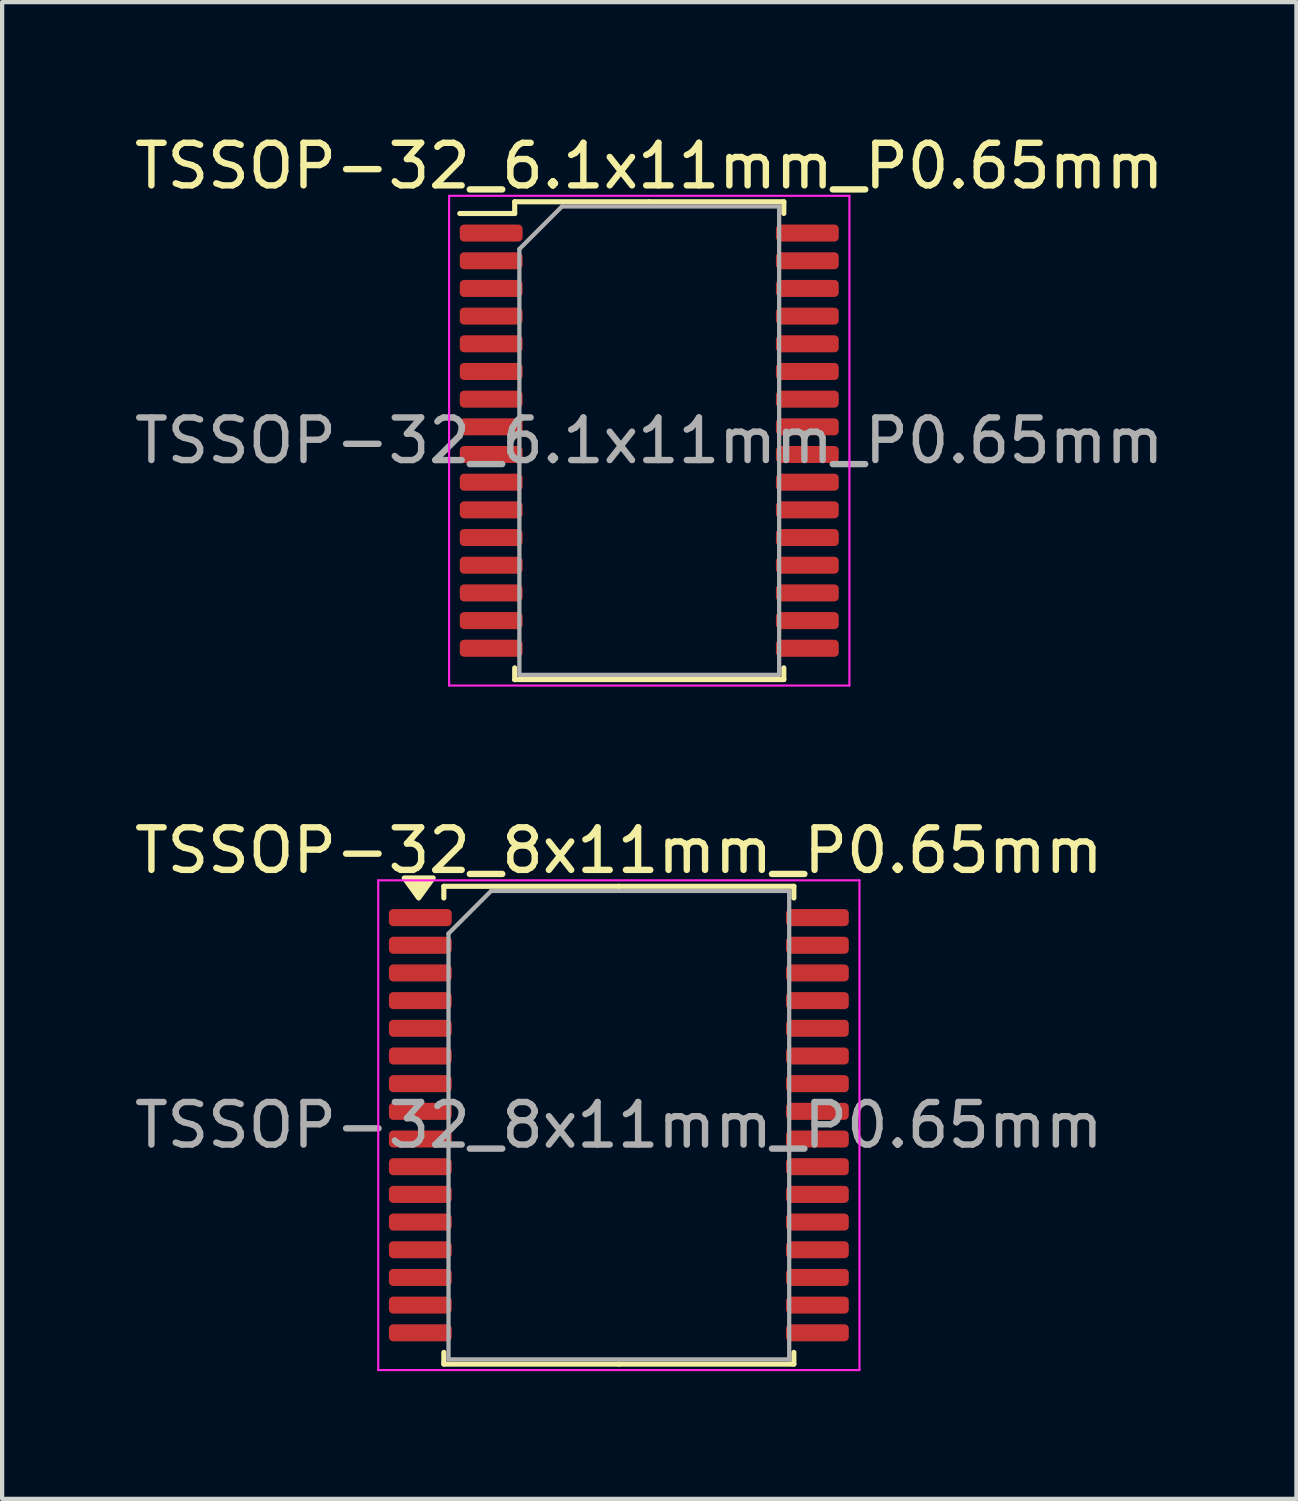
<source format=kicad_pcb>
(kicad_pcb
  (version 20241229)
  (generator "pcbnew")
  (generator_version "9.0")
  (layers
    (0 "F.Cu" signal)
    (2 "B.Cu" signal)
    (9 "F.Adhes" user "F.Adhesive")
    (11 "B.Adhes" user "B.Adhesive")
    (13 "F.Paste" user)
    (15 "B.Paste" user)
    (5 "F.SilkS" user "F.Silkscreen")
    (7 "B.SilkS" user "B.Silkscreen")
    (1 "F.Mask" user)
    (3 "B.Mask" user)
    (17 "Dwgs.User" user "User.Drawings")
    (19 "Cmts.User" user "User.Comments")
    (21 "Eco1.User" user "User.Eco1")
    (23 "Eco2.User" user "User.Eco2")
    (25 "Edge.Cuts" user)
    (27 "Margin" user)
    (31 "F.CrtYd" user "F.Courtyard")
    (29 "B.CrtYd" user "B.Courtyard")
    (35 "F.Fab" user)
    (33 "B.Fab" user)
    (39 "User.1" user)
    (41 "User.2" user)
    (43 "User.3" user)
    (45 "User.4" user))
  (footprint "TSSOP-32_6.1x11mm_P0.65mm"
    (layer "F.Cu")
    (at 12.196 7.298)
    (property "Reference" "TSSOP-32_6.1x11mm_P0.65mm" (at 0 -6.45 0) (layer "F.SilkS") (effects (font (size 1 1) (thickness 0.15))))
    (attr smd)
    (fp_line (start -3.16 -5.61) (end -3.16 -5.335) (stroke (width 0.12) (type solid)) (layer "F.SilkS"))
    (fp_line (start -3.16 -5.335) (end -4.45 -5.335) (stroke (width 0.12) (type solid)) (layer "F.SilkS"))
    (fp_line (start -3.16 5.61) (end -3.16 5.335) (stroke (width 0.12) (type solid)) (layer "F.SilkS"))
    (fp_line (start 0 -5.61) (end -3.16 -5.61) (stroke (width 0.12) (type solid)) (layer "F.SilkS"))
    (fp_line (start 0 -5.61) (end 3.16 -5.61) (stroke (width 0.12) (type solid)) (layer "F.SilkS"))
    (fp_line (start 0 5.61) (end -3.16 5.61) (stroke (width 0.12) (type solid)) (layer "F.SilkS"))
    (fp_line (start 0 5.61) (end 3.16 5.61) (stroke (width 0.12) (type solid)) (layer "F.SilkS"))
    (fp_line (start 3.16 -5.61) (end 3.16 -5.335) (stroke (width 0.12) (type solid)) (layer "F.SilkS"))
    (fp_line (start 3.16 5.61) (end 3.16 5.335) (stroke (width 0.12) (type solid)) (layer "F.SilkS"))
    (fp_line (start -4.7 -5.75) (end -4.7 5.75) (stroke (width 0.05) (type solid)) (layer "F.CrtYd"))
    (fp_line (start -4.7 5.75) (end 4.7 5.75) (stroke (width 0.05) (type solid)) (layer "F.CrtYd"))
    (fp_line (start 4.7 -5.75) (end -4.7 -5.75) (stroke (width 0.05) (type solid)) (layer "F.CrtYd"))
    (fp_line (start 4.7 5.75) (end 4.7 -5.75) (stroke (width 0.05) (type solid)) (layer "F.CrtYd"))
    (fp_line (start -3.05 -4.5) (end -2.05 -5.5) (stroke (width 0.1) (type solid)) (layer "F.Fab"))
    (fp_line (start -3.05 5.5) (end -3.05 -4.5) (stroke (width 0.1) (type solid)) (layer "F.Fab"))
    (fp_line (start -2.05 -5.5) (end 3.05 -5.5) (stroke (width 0.1) (type solid)) (layer "F.Fab"))
    (fp_line (start 3.05 -5.5) (end 3.05 5.5) (stroke (width 0.1) (type solid)) (layer "F.Fab"))
    (fp_line (start 3.05 5.5) (end -3.05 5.5) (stroke (width 0.1) (type solid)) (layer "F.Fab"))
    (fp_text user "${REFERENCE}" (at 0 0 0) (layer "F.Fab") (effects (font (size 1 1) (thickness 0.15))))
    (pad "1" smd roundrect (at -3.712 -4.875) (size 1.475 0.4) (layers "F.Cu" "F.Mask" "F.Paste") (roundrect_rratio 0.25))
    (pad "2" smd roundrect (at -3.712 -4.225) (size 1.475 0.4) (layers "F.Cu" "F.Mask" "F.Paste") (roundrect_rratio 0.25))
    (pad "3" smd roundrect (at -3.712 -3.575) (size 1.475 0.4) (layers "F.Cu" "F.Mask" "F.Paste") (roundrect_rratio 0.25))
    (pad "4" smd roundrect (at -3.712 -2.925) (size 1.475 0.4) (layers "F.Cu" "F.Mask" "F.Paste") (roundrect_rratio 0.25))
    (pad "5" smd roundrect (at -3.712 -2.275) (size 1.475 0.4) (layers "F.Cu" "F.Mask" "F.Paste") (roundrect_rratio 0.25))
    (pad "6" smd roundrect (at -3.712 -1.625) (size 1.475 0.4) (layers "F.Cu" "F.Mask" "F.Paste") (roundrect_rratio 0.25))
    (pad "7" smd roundrect (at -3.712 -0.975) (size 1.475 0.4) (layers "F.Cu" "F.Mask" "F.Paste") (roundrect_rratio 0.25))
    (pad "8" smd roundrect (at -3.712 -0.325) (size 1.475 0.4) (layers "F.Cu" "F.Mask" "F.Paste") (roundrect_rratio 0.25))
    (pad "9" smd roundrect (at -3.712 0.325) (size 1.475 0.4) (layers "F.Cu" "F.Mask" "F.Paste") (roundrect_rratio 0.25))
    (pad "10" smd roundrect (at -3.712 0.975) (size 1.475 0.4) (layers "F.Cu" "F.Mask" "F.Paste") (roundrect_rratio 0.25))
    (pad "11" smd roundrect (at -3.712 1.625) (size 1.475 0.4) (layers "F.Cu" "F.Mask" "F.Paste") (roundrect_rratio 0.25))
    (pad "12" smd roundrect (at -3.712 2.275) (size 1.475 0.4) (layers "F.Cu" "F.Mask" "F.Paste") (roundrect_rratio 0.25))
    (pad "13" smd roundrect (at -3.712 2.925) (size 1.475 0.4) (layers "F.Cu" "F.Mask" "F.Paste") (roundrect_rratio 0.25))
    (pad "14" smd roundrect (at -3.712 3.575) (size 1.475 0.4) (layers "F.Cu" "F.Mask" "F.Paste") (roundrect_rratio 0.25))
    (pad "15" smd roundrect (at -3.712 4.225) (size 1.475 0.4) (layers "F.Cu" "F.Mask" "F.Paste") (roundrect_rratio 0.25))
    (pad "16" smd roundrect (at -3.712 4.875) (size 1.475 0.4) (layers "F.Cu" "F.Mask" "F.Paste") (roundrect_rratio 0.25))
    (pad "17" smd roundrect (at 3.712 4.875) (size 1.475 0.4) (layers "F.Cu" "F.Mask" "F.Paste") (roundrect_rratio 0.25))
    (pad "18" smd roundrect (at 3.712 4.225) (size 1.475 0.4) (layers "F.Cu" "F.Mask" "F.Paste") (roundrect_rratio 0.25))
    (pad "19" smd roundrect (at 3.712 3.575) (size 1.475 0.4) (layers "F.Cu" "F.Mask" "F.Paste") (roundrect_rratio 0.25))
    (pad "20" smd roundrect (at 3.712 2.925) (size 1.475 0.4) (layers "F.Cu" "F.Mask" "F.Paste") (roundrect_rratio 0.25))
    (pad "21" smd roundrect (at 3.712 2.275) (size 1.475 0.4) (layers "F.Cu" "F.Mask" "F.Paste") (roundrect_rratio 0.25))
    (pad "22" smd roundrect (at 3.712 1.625) (size 1.475 0.4) (layers "F.Cu" "F.Mask" "F.Paste") (roundrect_rratio 0.25))
    (pad "23" smd roundrect (at 3.712 0.975) (size 1.475 0.4) (layers "F.Cu" "F.Mask" "F.Paste") (roundrect_rratio 0.25))
    (pad "24" smd roundrect (at 3.712 0.325) (size 1.475 0.4) (layers "F.Cu" "F.Mask" "F.Paste") (roundrect_rratio 0.25))
    (pad "25" smd roundrect (at 3.712 -0.325) (size 1.475 0.4) (layers "F.Cu" "F.Mask" "F.Paste") (roundrect_rratio 0.25))
    (pad "26" smd roundrect (at 3.712 -0.975) (size 1.475 0.4) (layers "F.Cu" "F.Mask" "F.Paste") (roundrect_rratio 0.25))
    (pad "27" smd roundrect (at 3.712 -1.625) (size 1.475 0.4) (layers "F.Cu" "F.Mask" "F.Paste") (roundrect_rratio 0.25))
    (pad "28" smd roundrect (at 3.712 -2.275) (size 1.475 0.4) (layers "F.Cu" "F.Mask" "F.Paste") (roundrect_rratio 0.25))
    (pad "29" smd roundrect (at 3.712 -2.925) (size 1.475 0.4) (layers "F.Cu" "F.Mask" "F.Paste") (roundrect_rratio 0.25))
    (pad "30" smd roundrect (at 3.712 -3.575) (size 1.475 0.4) (layers "F.Cu" "F.Mask" "F.Paste") (roundrect_rratio 0.25))
    (pad "31" smd roundrect (at 3.712 -4.225) (size 1.475 0.4) (layers "F.Cu" "F.Mask" "F.Paste") (roundrect_rratio 0.25))
    (pad "32" smd roundrect (at 3.712 -4.875) (size 1.475 0.4) (layers "F.Cu" "F.Mask" "F.Paste") (roundrect_rratio 0.25)))
  (footprint "TSSOP-32_8x11mm_P0.65mm"
    (layer "F.Cu")
    (at 11.482 23.372)
    (property "Reference" "TSSOP-32_8x11mm_P0.65mm" (at 0 -6.45 0) (layer "F.SilkS") (effects (font (size 1 1) (thickness 0.15))))
    (attr smd)
    (fp_line (start -4.11 -5.61) (end -4.11 -5.335) (stroke (width 0.12) (type solid)) (layer "F.SilkS"))
    (fp_line (start -4.11 5.61) (end -4.11 5.335) (stroke (width 0.12) (type solid)) (layer "F.SilkS"))
    (fp_line (start 0 -5.61) (end -4.11 -5.61) (stroke (width 0.12) (type solid)) (layer "F.SilkS"))
    (fp_line (start 0 -5.61) (end 4.11 -5.61) (stroke (width 0.12) (type solid)) (layer "F.SilkS"))
    (fp_line (start 0 5.61) (end -4.11 5.61) (stroke (width 0.12) (type solid)) (layer "F.SilkS"))
    (fp_line (start 0 5.61) (end 4.11 5.61) (stroke (width 0.12) (type solid)) (layer "F.SilkS"))
    (fp_line (start 4.11 -5.61) (end 4.11 -5.335) (stroke (width 0.12) (type solid)) (layer "F.SilkS"))
    (fp_line (start 4.11 5.61) (end 4.11 5.335) (stroke (width 0.12) (type solid)) (layer "F.SilkS"))
    (fp_poly (pts (xy -4.7 -5.335) (xy -5.04 -5.805) (xy -4.36 -5.805) (xy -4.7 -5.335)) (stroke (width 0.12) (type solid)) (fill yes) (layer "F.SilkS"))
    (fp_line (start -5.65 -5.75) (end -5.65 5.75) (stroke (width 0.05) (type solid)) (layer "F.CrtYd"))
    (fp_line (start -5.65 5.75) (end 5.65 5.75) (stroke (width 0.05) (type solid)) (layer "F.CrtYd"))
    (fp_line (start 5.65 -5.75) (end -5.65 -5.75) (stroke (width 0.05) (type solid)) (layer "F.CrtYd"))
    (fp_line (start 5.65 5.75) (end 5.65 -5.75) (stroke (width 0.05) (type solid)) (layer "F.CrtYd"))
    (fp_line (start -4 -4.5) (end -3 -5.5) (stroke (width 0.1) (type solid)) (layer "F.Fab"))
    (fp_line (start -4 5.5) (end -4 -4.5) (stroke (width 0.1) (type solid)) (layer "F.Fab"))
    (fp_line (start -3 -5.5) (end 4 -5.5) (stroke (width 0.1) (type solid)) (layer "F.Fab"))
    (fp_line (start 4 -5.5) (end 4 5.5) (stroke (width 0.1) (type solid)) (layer "F.Fab"))
    (fp_line (start 4 5.5) (end -4 5.5) (stroke (width 0.1) (type solid)) (layer "F.Fab"))
    (fp_text user "${REFERENCE}" (at 0 0 0) (layer "F.Fab") (effects (font (size 1 1) (thickness 0.15))))
    (pad "1" smd roundrect (at -4.662 -4.875) (size 1.475 0.4) (layers "F.Cu" "F.Mask" "F.Paste") (roundrect_rratio 0.25))
    (pad "2" smd roundrect (at -4.662 -4.225) (size 1.475 0.4) (layers "F.Cu" "F.Mask" "F.Paste") (roundrect_rratio 0.25))
    (pad "3" smd roundrect (at -4.662 -3.575) (size 1.475 0.4) (layers "F.Cu" "F.Mask" "F.Paste") (roundrect_rratio 0.25))
    (pad "4" smd roundrect (at -4.662 -2.925) (size 1.475 0.4) (layers "F.Cu" "F.Mask" "F.Paste") (roundrect_rratio 0.25))
    (pad "5" smd roundrect (at -4.662 -2.275) (size 1.475 0.4) (layers "F.Cu" "F.Mask" "F.Paste") (roundrect_rratio 0.25))
    (pad "6" smd roundrect (at -4.662 -1.625) (size 1.475 0.4) (layers "F.Cu" "F.Mask" "F.Paste") (roundrect_rratio 0.25))
    (pad "7" smd roundrect (at -4.662 -0.975) (size 1.475 0.4) (layers "F.Cu" "F.Mask" "F.Paste") (roundrect_rratio 0.25))
    (pad "8" smd roundrect (at -4.662 -0.325) (size 1.475 0.4) (layers "F.Cu" "F.Mask" "F.Paste") (roundrect_rratio 0.25))
    (pad "9" smd roundrect (at -4.662 0.325) (size 1.475 0.4) (layers "F.Cu" "F.Mask" "F.Paste") (roundrect_rratio 0.25))
    (pad "10" smd roundrect (at -4.662 0.975) (size 1.475 0.4) (layers "F.Cu" "F.Mask" "F.Paste") (roundrect_rratio 0.25))
    (pad "11" smd roundrect (at -4.662 1.625) (size 1.475 0.4) (layers "F.Cu" "F.Mask" "F.Paste") (roundrect_rratio 0.25))
    (pad "12" smd roundrect (at -4.662 2.275) (size 1.475 0.4) (layers "F.Cu" "F.Mask" "F.Paste") (roundrect_rratio 0.25))
    (pad "13" smd roundrect (at -4.662 2.925) (size 1.475 0.4) (layers "F.Cu" "F.Mask" "F.Paste") (roundrect_rratio 0.25))
    (pad "14" smd roundrect (at -4.662 3.575) (size 1.475 0.4) (layers "F.Cu" "F.Mask" "F.Paste") (roundrect_rratio 0.25))
    (pad "15" smd roundrect (at -4.662 4.225) (size 1.475 0.4) (layers "F.Cu" "F.Mask" "F.Paste") (roundrect_rratio 0.25))
    (pad "16" smd roundrect (at -4.662 4.875) (size 1.475 0.4) (layers "F.Cu" "F.Mask" "F.Paste") (roundrect_rratio 0.25))
    (pad "17" smd roundrect (at 4.662 4.875) (size 1.475 0.4) (layers "F.Cu" "F.Mask" "F.Paste") (roundrect_rratio 0.25))
    (pad "18" smd roundrect (at 4.662 4.225) (size 1.475 0.4) (layers "F.Cu" "F.Mask" "F.Paste") (roundrect_rratio 0.25))
    (pad "19" smd roundrect (at 4.662 3.575) (size 1.475 0.4) (layers "F.Cu" "F.Mask" "F.Paste") (roundrect_rratio 0.25))
    (pad "20" smd roundrect (at 4.662 2.925) (size 1.475 0.4) (layers "F.Cu" "F.Mask" "F.Paste") (roundrect_rratio 0.25))
    (pad "21" smd roundrect (at 4.662 2.275) (size 1.475 0.4) (layers "F.Cu" "F.Mask" "F.Paste") (roundrect_rratio 0.25))
    (pad "22" smd roundrect (at 4.662 1.625) (size 1.475 0.4) (layers "F.Cu" "F.Mask" "F.Paste") (roundrect_rratio 0.25))
    (pad "23" smd roundrect (at 4.662 0.975) (size 1.475 0.4) (layers "F.Cu" "F.Mask" "F.Paste") (roundrect_rratio 0.25))
    (pad "24" smd roundrect (at 4.662 0.325) (size 1.475 0.4) (layers "F.Cu" "F.Mask" "F.Paste") (roundrect_rratio 0.25))
    (pad "25" smd roundrect (at 4.662 -0.325) (size 1.475 0.4) (layers "F.Cu" "F.Mask" "F.Paste") (roundrect_rratio 0.25))
    (pad "26" smd roundrect (at 4.662 -0.975) (size 1.475 0.4) (layers "F.Cu" "F.Mask" "F.Paste") (roundrect_rratio 0.25))
    (pad "27" smd roundrect (at 4.662 -1.625) (size 1.475 0.4) (layers "F.Cu" "F.Mask" "F.Paste") (roundrect_rratio 0.25))
    (pad "28" smd roundrect (at 4.662 -2.275) (size 1.475 0.4) (layers "F.Cu" "F.Mask" "F.Paste") (roundrect_rratio 0.25))
    (pad "29" smd roundrect (at 4.662 -2.925) (size 1.475 0.4) (layers "F.Cu" "F.Mask" "F.Paste") (roundrect_rratio 0.25))
    (pad "30" smd roundrect (at 4.662 -3.575) (size 1.475 0.4) (layers "F.Cu" "F.Mask" "F.Paste") (roundrect_rratio 0.25))
    (pad "31" smd roundrect (at 4.662 -4.225) (size 1.475 0.4) (layers "F.Cu" "F.Mask" "F.Paste") (roundrect_rratio 0.25))
    (pad "32" smd roundrect (at 4.662 -4.875) (size 1.475 0.4) (layers "F.Cu" "F.Mask" "F.Paste") (roundrect_rratio 0.25)))
  (gr_rect
    (start -3 -3)
    (end 27.393 32.147)
    (stroke (width 0.1) (type default))
    (fill no)
    (layer "Edge.Cuts")))
</source>
